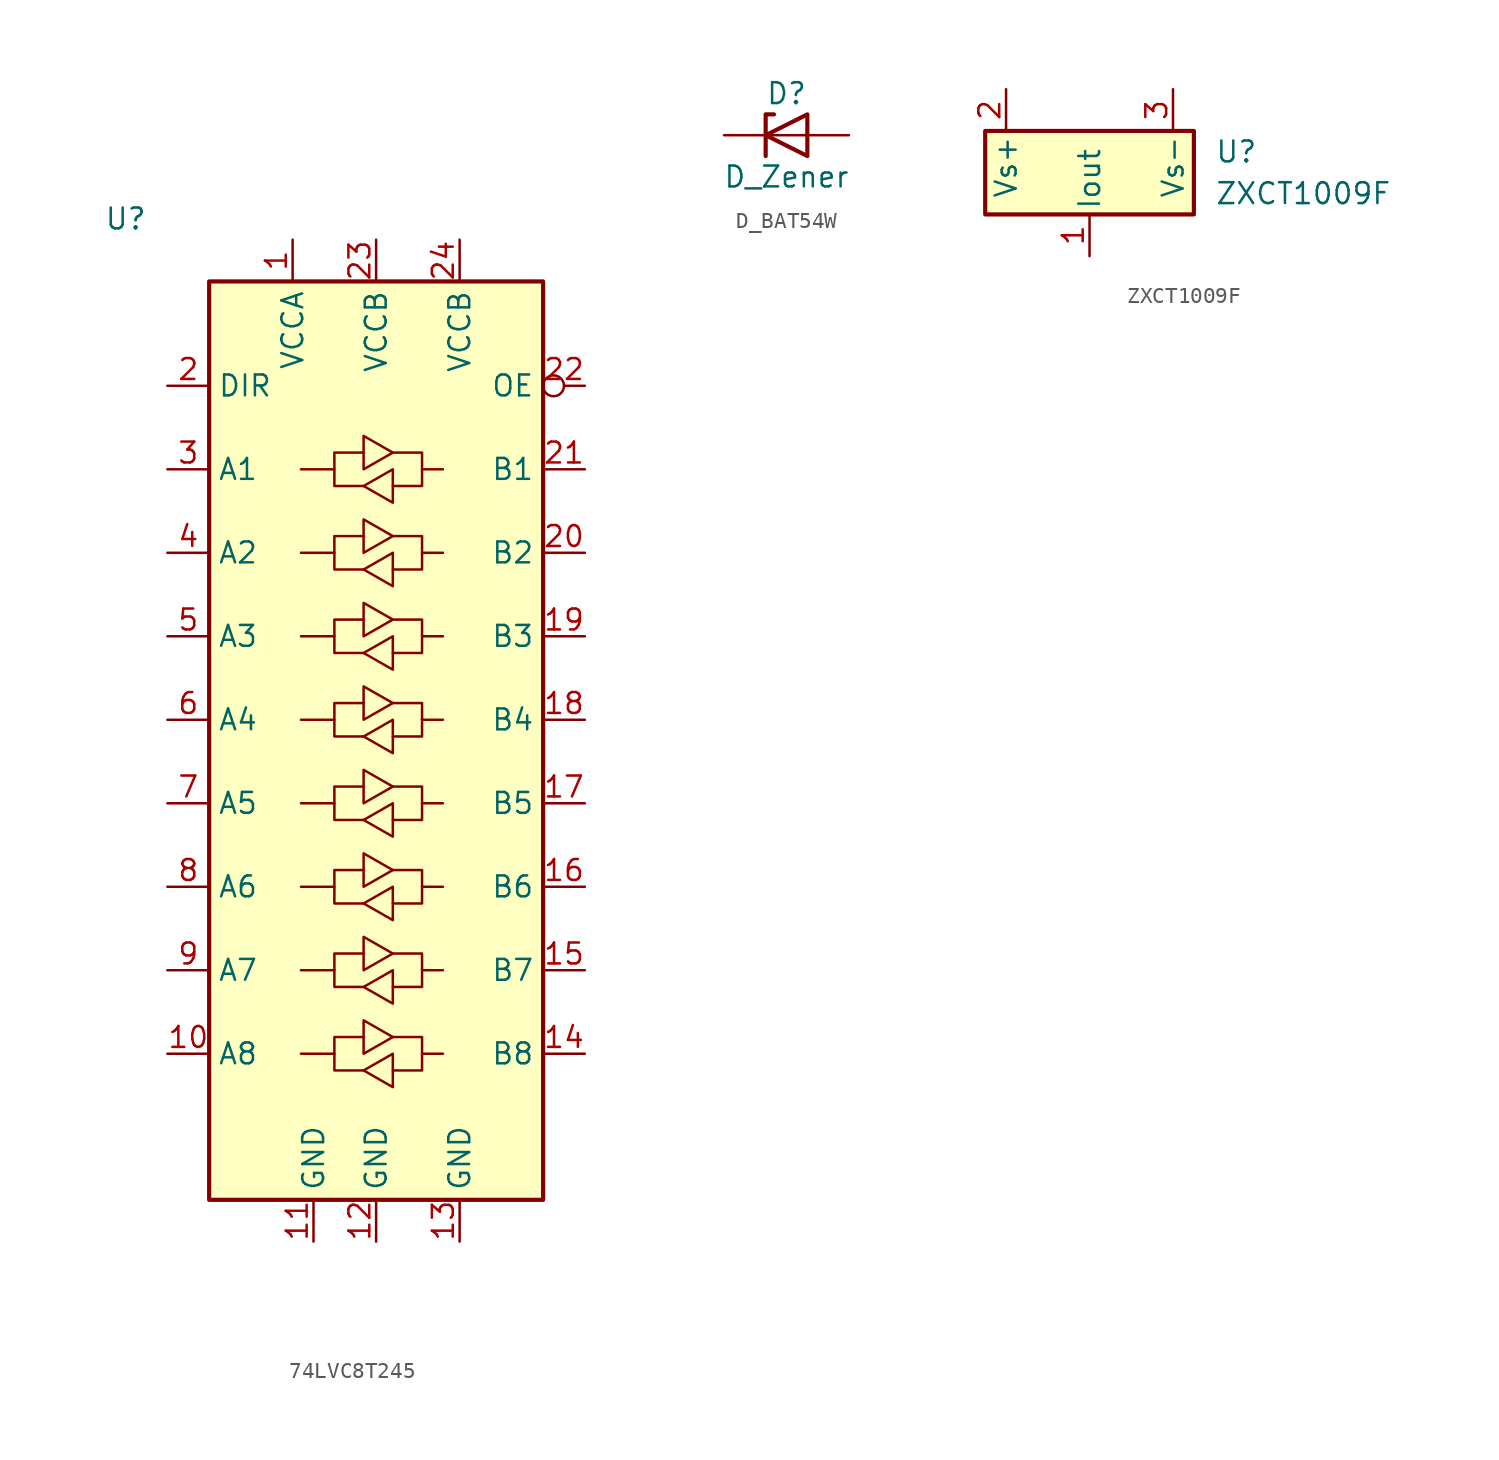
<source format=kicad_sym>
(kicad_symbol_lib
  (version 20241209)
  (generator "kicad_symbol_editor")
  (generator_version "9.0")
  (symbol "74LVC8T245"
    (property "Reference" "U"
      (at -5.08 -2.54 0)
      (effects (font (size 1.27 1.27))))
    (property "Value" ""
      (at 0 0 0)
      (effects (font (size 1.27 1.27))))
    (symbol "74LVC8T245_0_1"
      (rectangle (start 0 -6.35) (end 20.32 -62.23) (stroke (width 0.254) (type default)) (fill (type background)))
      (polyline (pts (xy 7.62 -17.78) (xy 7.62 -16.764) (xy 9.398 -16.764)) (stroke (width 0) (type default)) (fill (type none)))
      (polyline (pts (xy 7.62 -27.94) (xy 7.62 -26.924) (xy 9.398 -26.924)) (stroke (width 0) (type default)) (fill (type none)))
      (polyline (pts (xy 7.62 -38.1) (xy 7.62 -37.084) (xy 9.398 -37.084)) (stroke (width 0) (type default)) (fill (type none)))
      (polyline (pts (xy 7.62 -48.26) (xy 7.62 -47.244) (xy 9.398 -47.244)) (stroke (width 0) (type default)) (fill (type none)))
      (polyline (pts (xy 9.398 -17.78) (xy 9.398 -15.748) (xy 11.176 -16.764) (xy 9.398 -17.78)) (stroke (width 0) (type default)) (fill (type none)))
      (polyline (pts (xy 9.398 -18.796) (xy 7.62 -18.796) (xy 7.62 -17.78) (xy 5.588 -17.78)) (stroke (width 0) (type default)) (fill (type none)))
      (polyline (pts (xy 9.398 -27.94) (xy 9.398 -25.908) (xy 11.176 -26.924) (xy 9.398 -27.94)) (stroke (width 0) (type default)) (fill (type none)))
      (polyline (pts (xy 9.398 -28.956) (xy 7.62 -28.956) (xy 7.62 -27.94) (xy 5.588 -27.94)) (stroke (width 0) (type default)) (fill (type none)))
      (polyline (pts (xy 9.398 -38.1) (xy 9.398 -36.068) (xy 11.176 -37.084) (xy 9.398 -38.1)) (stroke (width 0) (type default)) (fill (type none)))
      (polyline (pts (xy 9.398 -39.116) (xy 7.62 -39.116) (xy 7.62 -38.1) (xy 5.588 -38.1)) (stroke (width 0) (type default)) (fill (type none)))
      (polyline (pts (xy 9.398 -48.26) (xy 9.398 -46.228) (xy 11.176 -47.244) (xy 9.398 -48.26)) (stroke (width 0) (type default)) (fill (type none)))
      (polyline (pts (xy 9.398 -49.276) (xy 7.62 -49.276) (xy 7.62 -48.26) (xy 5.588 -48.26)) (stroke (width 0) (type default)) (fill (type none)))
      (polyline (pts (xy 11.176 -16.764) (xy 12.954 -16.764) (xy 12.954 -17.78) (xy 14.224 -17.78)) (stroke (width 0) (type default)) (fill (type none)))
      (polyline (pts (xy 11.176 -17.78) (xy 11.176 -19.558) (xy 11.176 -19.812) (xy 9.398 -18.796) (xy 11.176 -17.78)) (stroke (width 0) (type default)) (fill (type none)))
      (polyline (pts (xy 11.176 -26.924) (xy 12.954 -26.924) (xy 12.954 -27.94) (xy 14.224 -27.94)) (stroke (width 0) (type default)) (fill (type none)))
      (polyline (pts (xy 11.176 -27.94) (xy 11.176 -29.718) (xy 11.176 -29.972) (xy 9.398 -28.956) (xy 11.176 -27.94)) (stroke (width 0) (type default)) (fill (type none)))
      (polyline (pts (xy 11.176 -37.084) (xy 12.954 -37.084) (xy 12.954 -38.1) (xy 14.224 -38.1)) (stroke (width 0) (type default)) (fill (type none)))
      (polyline (pts (xy 11.176 -38.1) (xy 11.176 -39.878) (xy 11.176 -40.132) (xy 9.398 -39.116) (xy 11.176 -38.1)) (stroke (width 0) (type default)) (fill (type none)))
      (polyline (pts (xy 11.176 -47.244) (xy 12.954 -47.244) (xy 12.954 -48.26) (xy 14.224 -48.26)) (stroke (width 0) (type default)) (fill (type none)))
      (polyline (pts (xy 11.176 -48.26) (xy 11.176 -50.038) (xy 11.176 -50.292) (xy 9.398 -49.276) (xy 11.176 -48.26)) (stroke (width 0) (type default)) (fill (type none)))
      (polyline (pts (xy 12.954 -17.78) (xy 12.954 -18.796) (xy 11.176 -18.796)) (stroke (width 0) (type default)) (fill (type none)))
      (polyline (pts (xy 12.954 -27.94) (xy 12.954 -28.956) (xy 11.176 -28.956)) (stroke (width 0) (type default)) (fill (type none)))
      (polyline (pts (xy 12.954 -38.1) (xy 12.954 -39.116) (xy 11.176 -39.116)) (stroke (width 0) (type default)) (fill (type none)))
      (polyline (pts (xy 12.954 -48.26) (xy 12.954 -49.276) (xy 11.176 -49.276)) (stroke (width 0) (type default)) (fill (type none))))
    (symbol "74LVC8T245_1_1"
      (polyline (pts (xy 7.62 -22.86) (xy 7.62 -21.844) (xy 9.398 -21.844)) (stroke (width 0) (type default)) (fill (type none)))
      (polyline (pts (xy 7.62 -33.02) (xy 7.62 -32.004) (xy 9.398 -32.004)) (stroke (width 0) (type default)) (fill (type none)))
      (polyline (pts (xy 7.62 -43.18) (xy 7.62 -42.164) (xy 9.398 -42.164)) (stroke (width 0) (type default)) (fill (type none)))
      (polyline (pts (xy 7.62 -53.34) (xy 7.62 -52.324) (xy 9.398 -52.324)) (stroke (width 0) (type default)) (fill (type none)))
      (polyline (pts (xy 9.398 -22.86) (xy 9.398 -20.828) (xy 11.176 -21.844) (xy 9.398 -22.86)) (stroke (width 0) (type default)) (fill (type none)))
      (polyline (pts (xy 9.398 -23.876) (xy 7.62 -23.876) (xy 7.62 -22.86) (xy 5.588 -22.86)) (stroke (width 0) (type default)) (fill (type none)))
      (polyline (pts (xy 9.398 -33.02) (xy 9.398 -30.988) (xy 11.176 -32.004) (xy 9.398 -33.02)) (stroke (width 0) (type default)) (fill (type none)))
      (polyline (pts (xy 9.398 -34.036) (xy 7.62 -34.036) (xy 7.62 -33.02) (xy 5.588 -33.02)) (stroke (width 0) (type default)) (fill (type none)))
      (polyline (pts (xy 9.398 -43.18) (xy 9.398 -41.148) (xy 11.176 -42.164) (xy 9.398 -43.18)) (stroke (width 0) (type default)) (fill (type none)))
      (polyline (pts (xy 9.398 -44.196) (xy 7.62 -44.196) (xy 7.62 -43.18) (xy 5.588 -43.18)) (stroke (width 0) (type default)) (fill (type none)))
      (polyline (pts (xy 9.398 -53.34) (xy 9.398 -51.308) (xy 11.176 -52.324) (xy 9.398 -53.34)) (stroke (width 0) (type default)) (fill (type none)))
      (polyline (pts (xy 9.398 -54.356) (xy 7.62 -54.356) (xy 7.62 -53.34) (xy 5.588 -53.34)) (stroke (width 0) (type default)) (fill (type none)))
      (polyline (pts (xy 11.176 -21.844) (xy 12.954 -21.844) (xy 12.954 -22.86) (xy 14.224 -22.86)) (stroke (width 0) (type default)) (fill (type none)))
      (polyline (pts (xy 11.176 -22.86) (xy 11.176 -24.638) (xy 11.176 -24.892) (xy 9.398 -23.876) (xy 11.176 -22.86)) (stroke (width 0) (type default)) (fill (type none)))
      (polyline (pts (xy 11.176 -32.004) (xy 12.954 -32.004) (xy 12.954 -33.02) (xy 14.224 -33.02)) (stroke (width 0) (type default)) (fill (type none)))
      (polyline (pts (xy 11.176 -33.02) (xy 11.176 -34.798) (xy 11.176 -35.052) (xy 9.398 -34.036) (xy 11.176 -33.02)) (stroke (width 0) (type default)) (fill (type none)))
      (polyline (pts (xy 11.176 -42.164) (xy 12.954 -42.164) (xy 12.954 -43.18) (xy 14.224 -43.18)) (stroke (width 0) (type default)) (fill (type none)))
      (polyline (pts (xy 11.176 -43.18) (xy 11.176 -44.958) (xy 11.176 -45.212) (xy 9.398 -44.196) (xy 11.176 -43.18)) (stroke (width 0) (type default)) (fill (type none)))
      (polyline (pts (xy 11.176 -52.324) (xy 12.954 -52.324) (xy 12.954 -53.34) (xy 14.224 -53.34)) (stroke (width 0) (type default)) (fill (type none)))
      (polyline (pts (xy 11.176 -53.34) (xy 11.176 -55.118) (xy 11.176 -55.372) (xy 9.398 -54.356) (xy 11.176 -53.34)) (stroke (width 0) (type default)) (fill (type none)))
      (polyline (pts (xy 12.954 -22.86) (xy 12.954 -23.876) (xy 11.176 -23.876)) (stroke (width 0) (type default)) (fill (type none)))
      (polyline (pts (xy 12.954 -33.02) (xy 12.954 -34.036) (xy 11.176 -34.036)) (stroke (width 0) (type default)) (fill (type none)))
      (polyline (pts (xy 12.954 -43.18) (xy 12.954 -44.196) (xy 11.176 -44.196)) (stroke (width 0) (type default)) (fill (type none)))
      (polyline (pts (xy 12.954 -53.34) (xy 12.954 -54.356) (xy 11.176 -54.356)) (stroke (width 0) (type default)) (fill (type none)))
      (pin passive line (at -2.54 -12.7 0) (length 2.54) (name "DIR" (effects (font (size 1.27 1.27)))) (number "2" (effects (font (size 1.27 1.27)))))
      (pin bidirectional line (at -2.54 -17.78 0) (length 2.54) (name "A1" (effects (font (size 1.27 1.27)))) (number "3" (effects (font (size 1.27 1.27)))))
      (pin bidirectional line (at -2.54 -22.86 0) (length 2.54) (name "A2" (effects (font (size 1.27 1.27)))) (number "4" (effects (font (size 1.27 1.27)))))
      (pin bidirectional line (at -2.54 -27.94 0) (length 2.54) (name "A3" (effects (font (size 1.27 1.27)))) (number "5" (effects (font (size 1.27 1.27)))))
      (pin bidirectional line (at -2.54 -33.02 0) (length 2.54) (name "A4" (effects (font (size 1.27 1.27)))) (number "6" (effects (font (size 1.27 1.27)))))
      (pin bidirectional line (at -2.54 -38.1 0) (length 2.54) (name "A5" (effects (font (size 1.27 1.27)))) (number "7" (effects (font (size 1.27 1.27)))))
      (pin bidirectional line (at -2.54 -43.18 0) (length 2.54) (name "A6" (effects (font (size 1.27 1.27)))) (number "8" (effects (font (size 1.27 1.27)))))
      (pin bidirectional line (at -2.54 -48.26 0) (length 2.54) (name "A7" (effects (font (size 1.27 1.27)))) (number "9" (effects (font (size 1.27 1.27)))))
      (pin bidirectional line (at -2.54 -53.34 0) (length 2.54) (name "A8" (effects (font (size 1.27 1.27)))) (number "10" (effects (font (size 1.27 1.27)))))
      (pin power_in line (at 5.08 -3.81 270) (length 2.54) (name "VCCA" (effects (font (size 1.27 1.27)))) (number "1" (effects (font (size 1.27 1.27)))))
      (pin power_in line (at 6.35 -64.77 90) (length 2.54) (name "GND" (effects (font (size 1.27 1.27)))) (number "11" (effects (font (size 1.27 1.27)))))
      (pin power_in line (at 10.16 -3.81 270) (length 2.54) (name "VCCB" (effects (font (size 1.27 1.27)))) (number "23" (effects (font (size 1.27 1.27)))))
      (pin power_in line (at 10.16 -64.77 90) (length 2.54) (name "GND" (effects (font (size 1.27 1.27)))) (number "12" (effects (font (size 1.27 1.27)))))
      (pin power_in line (at 15.24 -3.81 270) (length 2.54) (name "VCCB" (effects (font (size 1.27 1.27)))) (number "24" (effects (font (size 1.27 1.27)))))
      (pin power_in line (at 15.24 -64.77 90) (length 2.54) (name "GND" (effects (font (size 1.27 1.27)))) (number "13" (effects (font (size 1.27 1.27)))))
      (pin passive inverted (at 22.86 -12.7 180) (length 2.54) (name "OE" (effects (font (size 1.27 1.27)))) (number "22" (effects (font (size 1.27 1.27)))))
      (pin bidirectional line (at 22.86 -17.78 180) (length 2.54) (name "B1" (effects (font (size 1.27 1.27)))) (number "21" (effects (font (size 1.27 1.27)))))
      (pin bidirectional line (at 22.86 -22.86 180) (length 2.54) (name "B2" (effects (font (size 1.27 1.27)))) (number "20" (effects (font (size 1.27 1.27)))))
      (pin bidirectional line (at 22.86 -27.94 180) (length 2.54) (name "B3" (effects (font (size 1.27 1.27)))) (number "19" (effects (font (size 1.27 1.27)))))
      (pin bidirectional line (at 22.86 -33.02 180) (length 2.54) (name "B4" (effects (font (size 1.27 1.27)))) (number "18" (effects (font (size 1.27 1.27)))))
      (pin bidirectional line (at 22.86 -38.1 180) (length 2.54) (name "B5" (effects (font (size 1.27 1.27)))) (number "17" (effects (font (size 1.27 1.27)))))
      (pin bidirectional line (at 22.86 -43.18 180) (length 2.54) (name "B6" (effects (font (size 1.27 1.27)))) (number "16" (effects (font (size 1.27 1.27)))))
      (pin bidirectional line (at 22.86 -48.26 180) (length 2.54) (name "B7" (effects (font (size 1.27 1.27)))) (number "15" (effects (font (size 1.27 1.27)))))
      (pin bidirectional line (at 22.86 -53.34 180) (length 2.54) (name "B8" (effects (font (size 1.27 1.27)))) (number "14" (effects (font (size 1.27 1.27)))))))
  (symbol "D_BAT54W"
    (pin_numbers
      (hide yes))
    (pin_names
      (offset 1.016)
      (hide yes))
    (property "Reference" "D"
      (at 0 2.54 0)
      (effects (font (size 1.27 1.27))))
    (property "Value" "D_Zener"
      (at 0 -2.54 0)
      (effects (font (size 1.27 1.27))))
    (symbol "D_BAT54W_0_1"
      (polyline (pts (xy -1.27 -1.27) (xy -1.27 1.27) (xy -0.762 1.27)) (stroke (width 0.254) (type default)) (fill (type none)))
      (polyline (pts (xy 1.27 0) (xy -1.27 0)) (stroke (width 0) (type default)) (fill (type none)))
      (polyline (pts (xy 1.27 -1.27) (xy 1.27 1.27) (xy -1.27 0) (xy 1.27 -1.27)) (stroke (width 0.254) (type default)) (fill (type none))))
    (symbol "D_BAT54W_1_1"
      (pin passive line (at -3.81 0 0) (length 2.54) (name "K" (effects (font (size 1.27 1.27)))) (number "3" (effects (font (size 1.27 1.27)))))
      (pin passive line (at 0 2.54 270) (length 2.54) (hide yes) (name "A" (effects (font (size 1.27 1.27)))) (number "2" (effects (font (size 1.27 1.27)))))
      (pin passive line (at 3.81 0 180) (length 2.54) (name "A" (effects (font (size 1.27 1.27)))) (number "1" (effects (font (size 1.27 1.27)))))))
  (symbol "ZXCT1009F"
    (pin_names
      (offset 0.254))
    (property "Reference" "U"
      (at 7.62 1.27 0)
      (effects (font (size 1.27 1.27)) (justify left)))
    (property "Value" "ZXCT1009F"
      (at 7.62 -1.27 0)
      (effects (font (size 1.27 1.27)) (justify left)))
    (symbol "ZXCT1009F_0_1"
      (rectangle (start -6.35 2.54) (end 6.35 -2.54) (stroke (width 0.254) (type default)) (fill (type background))))
    (symbol "ZXCT1009F_1_1"
      (pin input line (at -5.08 5.08 270) (length 2.54) (name "Vs+" (effects (font (size 1.27 1.27)))) (number "2" (effects (font (size 1.27 1.27)))))
      (pin output line (at 0 -5.08 90) (length 2.54) (name "Iout" (effects (font (size 1.27 1.27)))) (number "1" (effects (font (size 1.27 1.27)))))
      (pin input line (at 5.08 5.08 270) (length 2.54) (name "Vs-" (effects (font (size 1.27 1.27)))) (number "3" (effects (font (size 1.27 1.27))))))))
</source>
